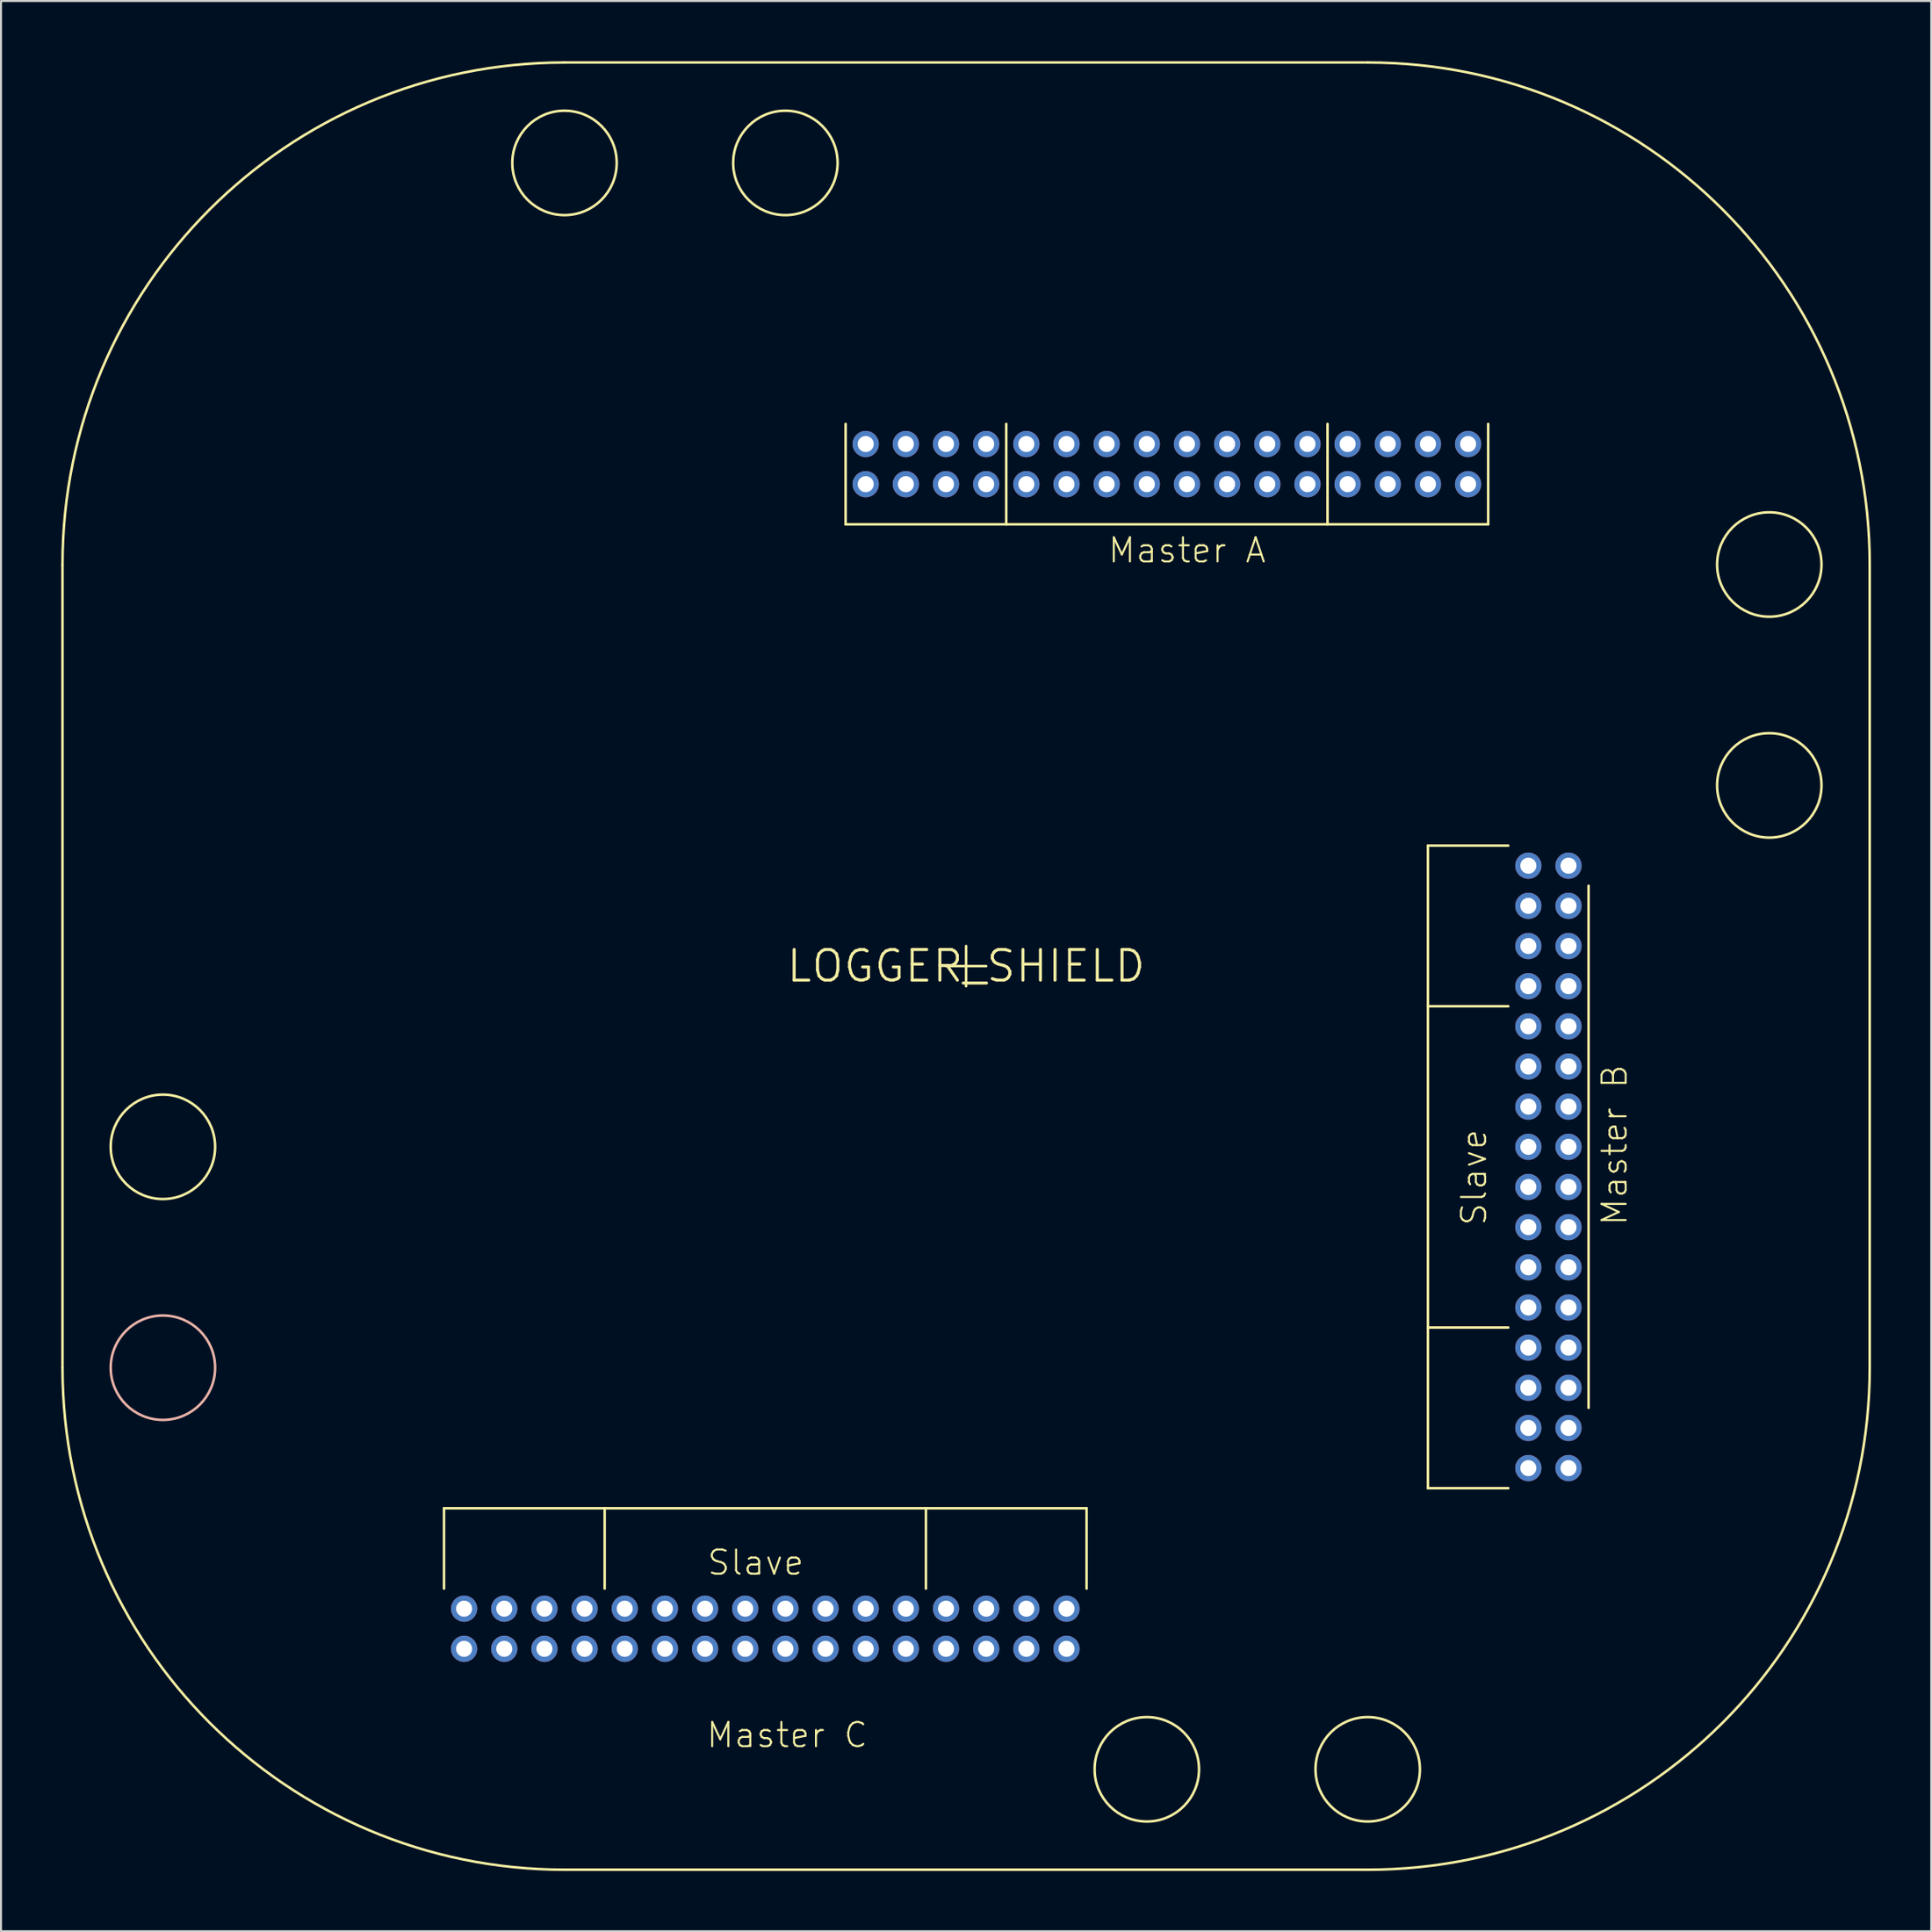
<source format=kicad_pcb>
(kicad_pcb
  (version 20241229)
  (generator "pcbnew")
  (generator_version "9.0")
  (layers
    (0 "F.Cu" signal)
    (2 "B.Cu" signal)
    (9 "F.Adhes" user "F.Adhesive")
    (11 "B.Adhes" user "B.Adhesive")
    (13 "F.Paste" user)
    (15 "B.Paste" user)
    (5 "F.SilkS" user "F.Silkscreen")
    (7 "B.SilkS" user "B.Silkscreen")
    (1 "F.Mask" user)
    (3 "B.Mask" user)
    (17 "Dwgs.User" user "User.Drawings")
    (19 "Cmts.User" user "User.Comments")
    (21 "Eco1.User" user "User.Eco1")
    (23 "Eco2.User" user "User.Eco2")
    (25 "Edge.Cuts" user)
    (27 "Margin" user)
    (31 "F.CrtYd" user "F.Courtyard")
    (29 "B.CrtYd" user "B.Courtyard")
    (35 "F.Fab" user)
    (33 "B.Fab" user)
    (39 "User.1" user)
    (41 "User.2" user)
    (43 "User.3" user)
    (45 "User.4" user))
  (footprint "LOGGER_SHIELD"
    (layer "F.Cu")
    (at 45.063 45.063)
    (property "Reference" "LOGGER_SHIELD" (at 0 0 0) (layer "F.SilkS") (effects (font (size 1.524 1.524) (thickness 0.15))))
    (attr through_hole)
    (fp_line (start -45 -20) (end -45 20) (stroke (width 0.127) (type solid)) (layer "F.SilkS"))
    (fp_line (start -26 27) (end -18 27) (stroke (width 0.127) (type solid)) (layer "F.SilkS"))
    (fp_line (start -26 31) (end -26 27) (stroke (width 0.127) (type solid)) (layer "F.SilkS"))
    (fp_line (start -20 45) (end 20 45) (stroke (width 0.127) (type solid)) (layer "F.SilkS"))
    (fp_line (start -18 27) (end -2 27) (stroke (width 0.127) (type solid)) (layer "F.SilkS"))
    (fp_line (start -18 31) (end -18 27) (stroke (width 0.127) (type solid)) (layer "F.SilkS"))
    (fp_line (start -6 -27) (end -6 -22) (stroke (width 0.127) (type solid)) (layer "F.SilkS"))
    (fp_line (start -6 -22) (end 2 -22) (stroke (width 0.127) (type solid)) (layer "F.SilkS"))
    (fp_line (start -2 27) (end 6 27) (stroke (width 0.127) (type solid)) (layer "F.SilkS"))
    (fp_line (start -2 31) (end -2 27) (stroke (width 0.127) (type solid)) (layer "F.SilkS"))
    (fp_line (start -1 0) (end 1 0) (stroke (width 0.127) (type solid)) (layer "F.SilkS"))
    (fp_line (start 0 -1) (end 0 1) (stroke (width 0.127) (type solid)) (layer "F.SilkS"))
    (fp_line (start 2 -22) (end 2 -27) (stroke (width 0.127) (type solid)) (layer "F.SilkS"))
    (fp_line (start 2 -22) (end 18 -22) (stroke (width 0.127) (type solid)) (layer "F.SilkS"))
    (fp_line (start 6 27) (end 6 31) (stroke (width 0.127) (type solid)) (layer "F.SilkS"))
    (fp_line (start 18 -22) (end 18 -27) (stroke (width 0.127) (type solid)) (layer "F.SilkS"))
    (fp_line (start 18 -22) (end 26 -22) (stroke (width 0.127) (type solid)) (layer "F.SilkS"))
    (fp_line (start 20 -45) (end -20 -45) (stroke (width 0.127) (type solid)) (layer "F.SilkS"))
    (fp_line (start 23 -6) (end 23 2) (stroke (width 0.127) (type solid)) (layer "F.SilkS"))
    (fp_line (start 23 2) (end 23 18) (stroke (width 0.127) (type solid)) (layer "F.SilkS"))
    (fp_line (start 23 2) (end 27 2) (stroke (width 0.127) (type solid)) (layer "F.SilkS"))
    (fp_line (start 23 18) (end 23 26) (stroke (width 0.127) (type solid)) (layer "F.SilkS"))
    (fp_line (start 23 18) (end 27 18) (stroke (width 0.127) (type solid)) (layer "F.SilkS"))
    (fp_line (start 23 26) (end 27 26) (stroke (width 0.127) (type solid)) (layer "F.SilkS"))
    (fp_line (start 26 -22) (end 26 -27) (stroke (width 0.127) (type solid)) (layer "F.SilkS"))
    (fp_line (start 27 -6) (end 23 -6) (stroke (width 0.127) (type solid)) (layer "F.SilkS"))
    (fp_line (start 31 22) (end 31 -4) (stroke (width 0.127) (type solid)) (layer "F.SilkS"))
    (fp_line (start 45 20) (end 45 -20) (stroke (width 0.127) (type solid)) (layer "F.SilkS"))
    (fp_arc (start -45 -20) (mid -37.67767 -37.67767) (end -20 -45) (stroke (width 0.127) (type solid)) (layer "F.SilkS"))
    (fp_arc (start -20 45) (mid -37.67767 37.67767) (end -45 20) (stroke (width 0.127) (type solid)) (layer "F.SilkS"))
    (fp_arc (start 20 -45) (mid 37.67767 -37.67767) (end 45 -20) (stroke (width 0.127) (type solid)) (layer "F.SilkS"))
    (fp_arc (start 45 20) (mid 37.67767 37.67767) (end 20 45) (stroke (width 0.127) (type solid)) (layer "F.SilkS"))
    (fp_circle (center -40 9) (end -37.4 9) (stroke (width 0.127) (type solid)) (fill no) (layer "F.SilkS"))
    (fp_circle (center -20 -40) (end -17.4 -40) (stroke (width 0.127) (type solid)) (fill no) (layer "F.SilkS"))
    (fp_circle (center -9 -40) (end -6.4 -40) (stroke (width 0.127) (type solid)) (fill no) (layer "F.SilkS"))
    (fp_circle (center 9 40) (end 11.6 40) (stroke (width 0.127) (type solid)) (fill no) (layer "F.SilkS"))
    (fp_circle (center 20 40) (end 22.6 40) (stroke (width 0.127) (type solid)) (fill no) (layer "F.SilkS"))
    (fp_circle (center 40 -20) (end 42.6 -20) (stroke (width 0.127) (type solid)) (fill no) (layer "F.SilkS"))
    (fp_circle (center 40 -9) (end 42.6 -9) (stroke (width 0.127) (type solid)) (fill no) (layer "F.SilkS"))
    (fp_circle (center -40 20) (end -37.4 20) (stroke (width 0.127) (type solid)) (fill no) (layer "B.SilkS"))
    (fp_text user "Master B" (at 33 13 90) (layer "F.SilkS") (effects (font (size 1.206 1.206) (thickness 0.102)) (justify left bottom)))
    (fp_text user "Slave" (at -8 29 0) (layer "F.SilkS") (effects (font (size 1.206 1.206) (thickness 0.102)) (justify right top)))
    (fp_text user "Master C" (at -13 39 0) (layer "F.SilkS") (effects (font (size 1.206 1.206) (thickness 0.102)) (justify left bottom)))
    (fp_text user "Master A" (at 7 -20 0) (layer "F.SilkS") (effects (font (size 1.206 1.206) (thickness 0.102)) (justify left bottom)))
    (fp_text user "Slave" (at 26 13 90) (layer "F.SilkS") (effects (font (size 1.206 1.206) (thickness 0.102)) (justify left bottom)))
    (pad "A_+1" thru_hole circle (at -5 -26) (size 1.308 1.308) (drill 0.8) (layers "*.Cu" "*.Mask"))
    (pad "A_+1" thru_hole circle (at -5 -24) (size 1.308 1.308) (drill 0.8) (layers "*.Cu" "*.Mask"))
    (pad "A_-1" thru_hole circle (at -3 -26) (size 1.308 1.308) (drill 0.8) (layers "*.Cu" "*.Mask"))
    (pad "A_-1" thru_hole circle (at -3 -24) (size 1.308 1.308) (drill 0.8) (layers "*.Cu" "*.Mask"))
    (pad "A_1" thru_hole circle (at 5 -26) (size 1.308 1.308) (drill 0.8) (layers "*.Cu" "*.Mask"))
    (pad "A_2" thru_hole circle (at 7 -26) (size 1.308 1.308) (drill 0.8) (layers "*.Cu" "*.Mask"))
    (pad "A_3" thru_hole circle (at 9 -26) (size 1.308 1.308) (drill 0.8) (layers "*.Cu" "*.Mask"))
    (pad "A_4" thru_hole circle (at 11 -26) (size 1.308 1.308) (drill 0.8) (layers "*.Cu" "*.Mask"))
    (pad "A_5" thru_hole circle (at 13 -26) (size 1.308 1.308) (drill 0.8) (layers "*.Cu" "*.Mask"))
    (pad "A_5V" thru_hole circle (at 3 -26) (size 1.308 1.308) (drill 0.8) (layers "*.Cu" "*.Mask"))
    (pad "A_5V" thru_hole circle (at 3 -24) (size 1.308 1.308) (drill 0.8) (layers "*.Cu" "*.Mask"))
    (pad "A_6" thru_hole circle (at 15 -26) (size 1.308 1.308) (drill 0.8) (layers "*.Cu" "*.Mask"))
    (pad "A_7" thru_hole circle (at 17 -26) (size 1.308 1.308) (drill 0.8) (layers "*.Cu" "*.Mask"))
    (pad "A_8" thru_hole circle (at 19 -26) (size 1.308 1.308) (drill 0.8) (layers "*.Cu" "*.Mask"))
    (pad "A_11" thru_hole circle (at 5 -24) (size 1.308 1.308) (drill 0.8) (layers "*.Cu" "*.Mask"))
    (pad "A_22" thru_hole circle (at 7 -24) (size 1.308 1.308) (drill 0.8) (layers "*.Cu" "*.Mask"))
    (pad "A_33" thru_hole circle (at 9 -24) (size 1.308 1.308) (drill 0.8) (layers "*.Cu" "*.Mask"))
    (pad "A_44" thru_hole circle (at 11 -24) (size 1.308 1.308) (drill 0.8) (layers "*.Cu" "*.Mask"))
    (pad "A_55" thru_hole circle (at 13 -24) (size 1.308 1.308) (drill 0.8) (layers "*.Cu" "*.Mask"))
    (pad "A_66" thru_hole circle (at 15 -24) (size 1.308 1.308) (drill 0.8) (layers "*.Cu" "*.Mask"))
    (pad "A_77" thru_hole circle (at 17 -24) (size 1.308 1.308) (drill 0.8) (layers "*.Cu" "*.Mask"))
    (pad "A_88" thru_hole circle (at 19 -24) (size 1.308 1.308) (drill 0.8) (layers "*.Cu" "*.Mask"))
    (pad "A_CL" thru_hole circle (at 25 -24) (size 1.308 1.308) (drill 0.8) (layers "*.Cu" "*.Mask"))
    (pad "A_GN" thru_hole circle (at 1 -26) (size 1.308 1.308) (drill 0.8) (layers "*.Cu" "*.Mask"))
    (pad "A_GN" thru_hole circle (at 1 -24) (size 1.308 1.308) (drill 0.8) (layers "*.Cu" "*.Mask"))
    (pad "A_MP" thru_hole circle (at 21 -26) (size 1.308 1.308) (drill 0.8) (layers "*.Cu" "*.Mask"))
    (pad "A_MP" thru_hole circle (at 21 -24) (size 1.308 1.308) (drill 0.8) (layers "*.Cu" "*.Mask"))
    (pad "A_MP" thru_hole circle (at 23 -26) (size 1.308 1.308) (drill 0.8) (layers "*.Cu" "*.Mask"))
    (pad "A_MP" thru_hole circle (at 23 -24) (size 1.308 1.308) (drill 0.8) (layers "*.Cu" "*.Mask"))
    (pad "A_TX" thru_hole circle (at 25 -26) (size 1.308 1.308) (drill 0.8) (layers "*.Cu" "*.Mask"))
    (pad "A_VR" thru_hole circle (at -1 -26) (size 1.308 1.308) (drill 0.8) (layers "*.Cu" "*.Mask"))
    (pad "A_VR" thru_hole circle (at -1 -24) (size 1.308 1.308) (drill 0.8) (layers "*.Cu" "*.Mask"))
    (pad "B_+1" thru_hole circle (at 28 -5) (size 1.308 1.308) (drill 0.8) (layers "*.Cu" "*.Mask"))
    (pad "B_+1" thru_hole circle (at 30 -5) (size 1.308 1.308) (drill 0.8) (layers "*.Cu" "*.Mask"))
    (pad "B_-1" thru_hole circle (at 28 -3) (size 1.308 1.308) (drill 0.8) (layers "*.Cu" "*.Mask"))
    (pad "B_-1" thru_hole circle (at 30 -3) (size 1.308 1.308) (drill 0.8) (layers "*.Cu" "*.Mask"))
    (pad "B_1" thru_hole circle (at 30 5 270) (size 1.308 1.308) (drill 0.8) (layers "*.Cu" "*.Mask"))
    (pad "B_2" thru_hole circle (at 30 7 270) (size 1.308 1.308) (drill 0.8) (layers "*.Cu" "*.Mask"))
    (pad "B_3" thru_hole circle (at 30 9 270) (size 1.308 1.308) (drill 0.8) (layers "*.Cu" "*.Mask"))
    (pad "B_4" thru_hole circle (at 30 11 270) (size 1.308 1.308) (drill 0.8) (layers "*.Cu" "*.Mask"))
    (pad "B_5" thru_hole circle (at 30 13 270) (size 1.308 1.308) (drill 0.8) (layers "*.Cu" "*.Mask"))
    (pad "B_5V" thru_hole circle (at 28 3 270) (size 1.308 1.308) (drill 0.8) (layers "*.Cu" "*.Mask"))
    (pad "B_5V" thru_hole circle (at 30 3 270) (size 1.308 1.308) (drill 0.8) (layers "*.Cu" "*.Mask"))
    (pad "B_6" thru_hole circle (at 30 15 270) (size 1.308 1.308) (drill 0.8) (layers "*.Cu" "*.Mask"))
    (pad "B_7" thru_hole circle (at 30 17 270) (size 1.308 1.308) (drill 0.8) (layers "*.Cu" "*.Mask"))
    (pad "B_8" thru_hole circle (at 30 19 270) (size 1.308 1.308) (drill 0.8) (layers "*.Cu" "*.Mask"))
    (pad "B_11" thru_hole circle (at 28 5 270) (size 1.308 1.308) (drill 0.8) (layers "*.Cu" "*.Mask"))
    (pad "B_22" thru_hole circle (at 28 7 270) (size 1.308 1.308) (drill 0.8) (layers "*.Cu" "*.Mask"))
    (pad "B_33" thru_hole circle (at 28 9 270) (size 1.308 1.308) (drill 0.8) (layers "*.Cu" "*.Mask"))
    (pad "B_44" thru_hole circle (at 28 11 270) (size 1.308 1.308) (drill 0.8) (layers "*.Cu" "*.Mask"))
    (pad "B_55" thru_hole circle (at 28 13 270) (size 1.308 1.308) (drill 0.8) (layers "*.Cu" "*.Mask"))
    (pad "B_66" thru_hole circle (at 28 15 270) (size 1.308 1.308) (drill 0.8) (layers "*.Cu" "*.Mask"))
    (pad "B_77" thru_hole circle (at 28 17 270) (size 1.308 1.308) (drill 0.8) (layers "*.Cu" "*.Mask"))
    (pad "B_88" thru_hole circle (at 28 19 270) (size 1.308 1.308) (drill 0.8) (layers "*.Cu" "*.Mask"))
    (pad "B_CL" thru_hole circle (at 28 25) (size 1.308 1.308) (drill 0.8) (layers "*.Cu" "*.Mask"))
    (pad "B_GN" thru_hole circle (at 28 1 270) (size 1.308 1.308) (drill 0.8) (layers "*.Cu" "*.Mask"))
    (pad "B_GN" thru_hole circle (at 30 1 270) (size 1.308 1.308) (drill 0.8) (layers "*.Cu" "*.Mask"))
    (pad "B_MP" thru_hole circle (at 28 21 270) (size 1.308 1.308) (drill 0.8) (layers "*.Cu" "*.Mask"))
    (pad "B_MP" thru_hole circle (at 28 23 270) (size 1.308 1.308) (drill 0.8) (layers "*.Cu" "*.Mask"))
    (pad "B_MP" thru_hole circle (at 30 21 270) (size 1.308 1.308) (drill 0.8) (layers "*.Cu" "*.Mask"))
    (pad "B_MP" thru_hole circle (at 30 23 270) (size 1.308 1.308) (drill 0.8) (layers "*.Cu" "*.Mask"))
    (pad "B_TX" thru_hole circle (at 30 25) (size 1.308 1.308) (drill 0.8) (layers "*.Cu" "*.Mask"))
    (pad "B_VR" thru_hole circle (at 28 -1) (size 1.308 1.308) (drill 0.8) (layers "*.Cu" "*.Mask"))
    (pad "B_VR" thru_hole circle (at 30 -1) (size 1.308 1.308) (drill 0.8) (layers "*.Cu" "*.Mask"))
    (pad "C_+1" thru_hole circle (at 5 32) (size 1.308 1.308) (drill 0.8) (layers "*.Cu" "*.Mask"))
    (pad "C_+1" thru_hole circle (at 5 34) (size 1.308 1.308) (drill 0.8) (layers "*.Cu" "*.Mask"))
    (pad "C_-1" thru_hole circle (at 3 32) (size 1.308 1.308) (drill 0.8) (layers "*.Cu" "*.Mask"))
    (pad "C_-1" thru_hole circle (at 3 34) (size 1.308 1.308) (drill 0.8) (layers "*.Cu" "*.Mask"))
    (pad "C_1" thru_hole circle (at -5 34 180) (size 1.308 1.308) (drill 0.8) (layers "*.Cu" "*.Mask"))
    (pad "C_2" thru_hole circle (at -7 34 180) (size 1.308 1.308) (drill 0.8) (layers "*.Cu" "*.Mask"))
    (pad "C_3" thru_hole circle (at -9 34 180) (size 1.308 1.308) (drill 0.8) (layers "*.Cu" "*.Mask"))
    (pad "C_4" thru_hole circle (at -11 34 180) (size 1.308 1.308) (drill 0.8) (layers "*.Cu" "*.Mask"))
    (pad "C_5" thru_hole circle (at -13 34 180) (size 1.308 1.308) (drill 0.8) (layers "*.Cu" "*.Mask"))
    (pad "C_5V" thru_hole circle (at -3 32 180) (size 1.308 1.308) (drill 0.8) (layers "*.Cu" "*.Mask"))
    (pad "C_5V" thru_hole circle (at -3 34 180) (size 1.308 1.308) (drill 0.8) (layers "*.Cu" "*.Mask"))
    (pad "C_6" thru_hole circle (at -15 34 180) (size 1.308 1.308) (drill 0.8) (layers "*.Cu" "*.Mask"))
    (pad "C_7" thru_hole circle (at -17 34 180) (size 1.308 1.308) (drill 0.8) (layers "*.Cu" "*.Mask"))
    (pad "C_8" thru_hole circle (at -19 34 180) (size 1.308 1.308) (drill 0.8) (layers "*.Cu" "*.Mask"))
    (pad "C_11" thru_hole circle (at -5 32 180) (size 1.308 1.308) (drill 0.8) (layers "*.Cu" "*.Mask"))
    (pad "C_22" thru_hole circle (at -7 32 180) (size 1.308 1.308) (drill 0.8) (layers "*.Cu" "*.Mask"))
    (pad "C_33" thru_hole circle (at -9 32 180) (size 1.308 1.308) (drill 0.8) (layers "*.Cu" "*.Mask"))
    (pad "C_44" thru_hole circle (at -11 32 180) (size 1.308 1.308) (drill 0.8) (layers "*.Cu" "*.Mask"))
    (pad "C_55" thru_hole circle (at -13 32 180) (size 1.308 1.308) (drill 0.8) (layers "*.Cu" "*.Mask"))
    (pad "C_66" thru_hole circle (at -15 32 180) (size 1.308 1.308) (drill 0.8) (layers "*.Cu" "*.Mask"))
    (pad "C_77" thru_hole circle (at -17 32 180) (size 1.308 1.308) (drill 0.8) (layers "*.Cu" "*.Mask"))
    (pad "C_88" thru_hole circle (at -19 32 180) (size 1.308 1.308) (drill 0.8) (layers "*.Cu" "*.Mask"))
    (pad "C_CL" thru_hole circle (at -25 32) (size 1.308 1.308) (drill 0.8) (layers "*.Cu" "*.Mask"))
    (pad "C_GN" thru_hole circle (at -1 32 180) (size 1.308 1.308) (drill 0.8) (layers "*.Cu" "*.Mask"))
    (pad "C_GN" thru_hole circle (at -1 34 180) (size 1.308 1.308) (drill 0.8) (layers "*.Cu" "*.Mask"))
    (pad "C_MP" thru_hole circle (at -23 32 180) (size 1.308 1.308) (drill 0.8) (layers "*.Cu" "*.Mask"))
    (pad "C_MP" thru_hole circle (at -23 34 180) (size 1.308 1.308) (drill 0.8) (layers "*.Cu" "*.Mask"))
    (pad "C_MP" thru_hole circle (at -21 32 180) (size 1.308 1.308) (drill 0.8) (layers "*.Cu" "*.Mask"))
    (pad "C_MP" thru_hole circle (at -21 34 180) (size 1.308 1.308) (drill 0.8) (layers "*.Cu" "*.Mask"))
    (pad "C_TX" thru_hole circle (at -25 34) (size 1.308 1.308) (drill 0.8) (layers "*.Cu" "*.Mask"))
    (pad "C_VR" thru_hole circle (at 1 32) (size 1.308 1.308) (drill 0.8) (layers "*.Cu" "*.Mask"))
    (pad "C_VR" thru_hole circle (at 1 34) (size 1.308 1.308) (drill 0.8) (layers "*.Cu" "*.Mask")))
  (gr_rect
    (start -3 -3)
    (end 93.127 93.127)
    (stroke (width 0.1) (type default))
    (fill no)
    (layer "Edge.Cuts")))
</source>
